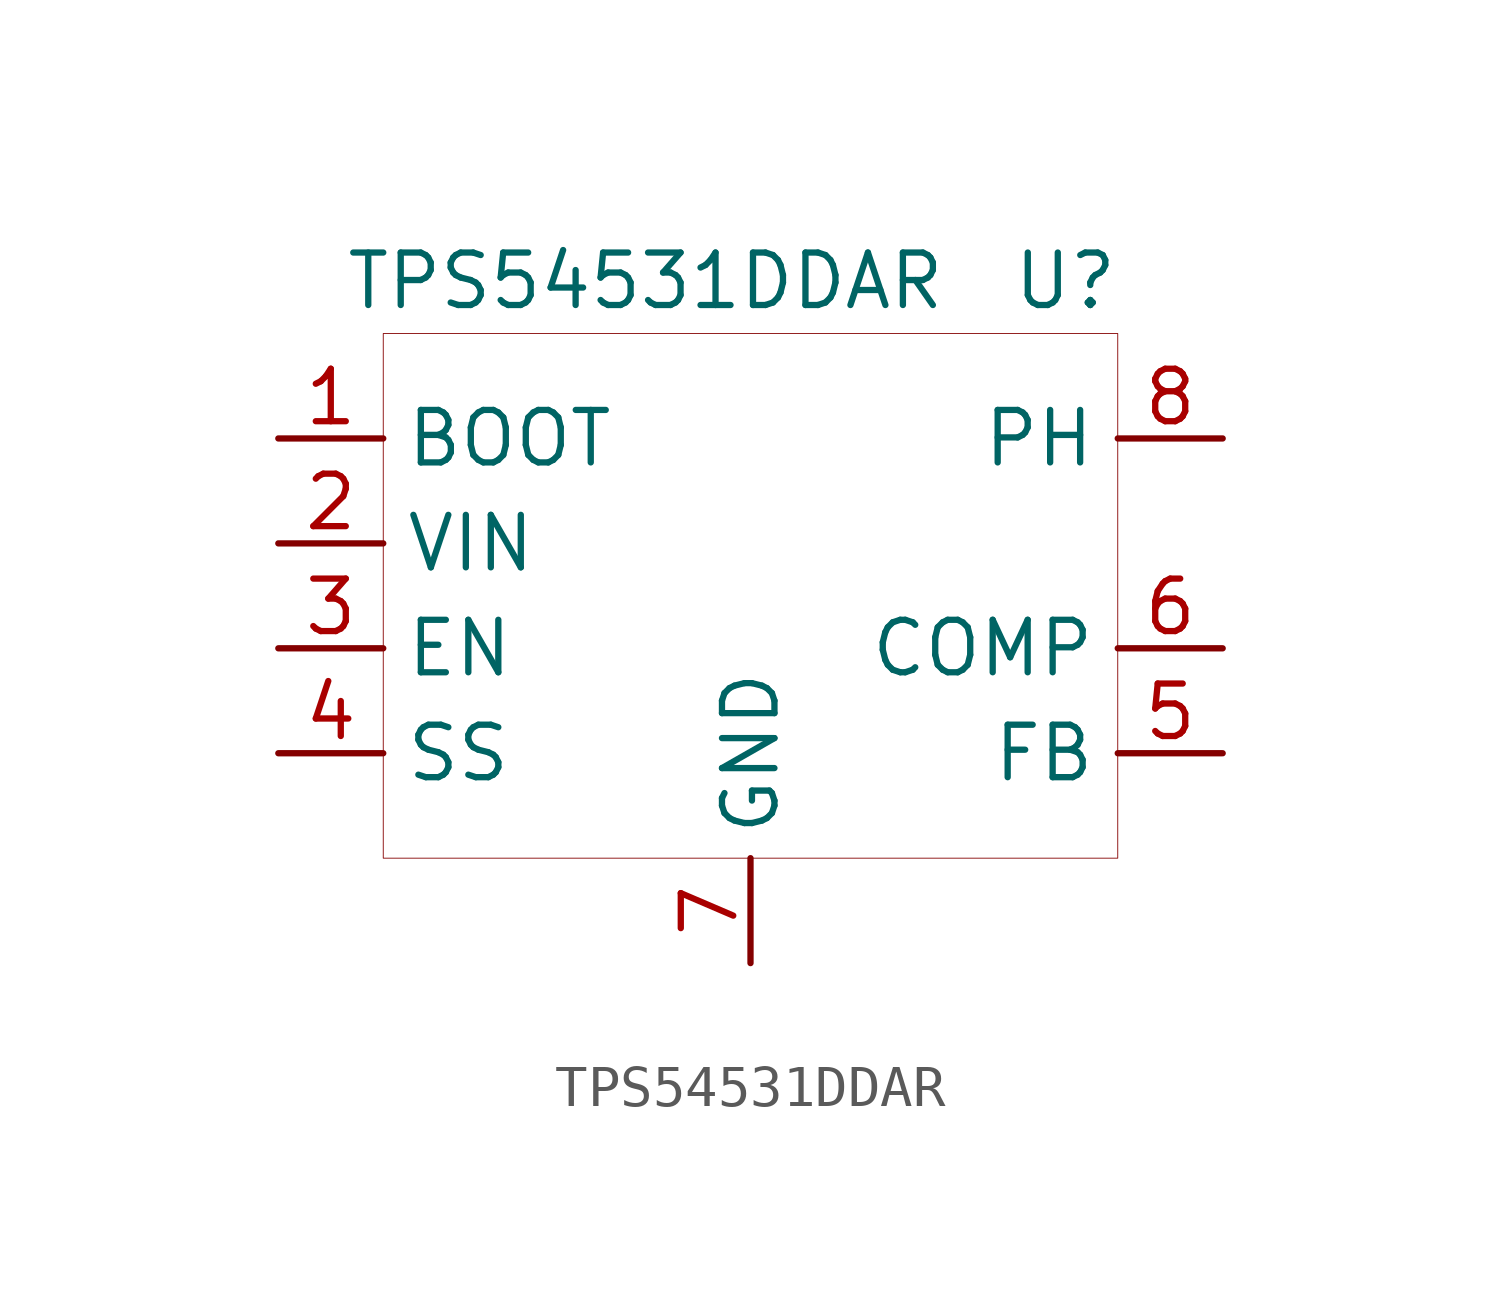
<source format=kicad_sym>
(kicad_symbol_lib
  (version 20200126)
  (host kicad_symbol_editor "(5.99.0-2441-g41b7c7c43)")
  (symbol "TPS54531DDAR:TPS54531DDAR"
    (property "Reference" "U"
      (at 7.62 7.62 0)
      (effects (font (size 1.27 1.27))))
    (property "Value" "TPS54531DDAR"
      (at -2.54 7.62 0)
      (effects (font (size 1.27 1.27))))
    (symbol "TPS54531DDAR_0_1"
      (rectangle (start -8.89 -6.35) (end 8.89 6.35) (stroke (width 0.001)) (fill (type none))))
    (symbol "TPS54531DDAR_1_1"
      (pin input line (at -11.43 -1.27 0) (length 2.54) (name "EN" (effects (font (size 1.27 1.27)))) (number "3" (effects (font (size 1.27 1.27)))))
      (pin input line (at -11.43 -3.81 0) (length 2.54) (name "SS" (effects (font (size 1.27 1.27)))) (number "4" (effects (font (size 1.27 1.27)))))
      (pin input line (at 11.43 -1.27 180) (length 2.54) (name "COMP" (effects (font (size 1.27 1.27)))) (number "6" (effects (font (size 1.27 1.27)))))
      (pin input line (at 0 -8.89 90) (length 2.54) (name "GND" (effects (font (size 1.27 1.27)))) (number "7" (effects (font (size 1.27 1.27)))))
      (pin input line (at 11.43 -3.81 180) (length 2.54) (name "FB" (effects (font (size 1.27 1.27)))) (number "5" (effects (font (size 1.27 1.27)))))
      (pin input line (at 11.43 3.81 180) (length 2.54) (name "PH" (effects (font (size 1.27 1.27)))) (number "8" (effects (font (size 1.27 1.27)))))
      (pin input line (at -11.43 3.81 0) (length 2.54) (name "BOOT" (effects (font (size 1.27 1.27)))) (number "1" (effects (font (size 1.27 1.27)))))
      (pin input line (at -11.43 1.27 0) (length 2.54) (name "VIN" (effects (font (size 1.27 1.27)))) (number "2" (effects (font (size 1.27 1.27)))))
      (pin input line (at 0 -8.89 90) (length 2.54) hide (name "GND" (effects (font (size 1.27 1.27)))) (number "9" (effects (font (size 1.27 1.27))))))))
</source>
